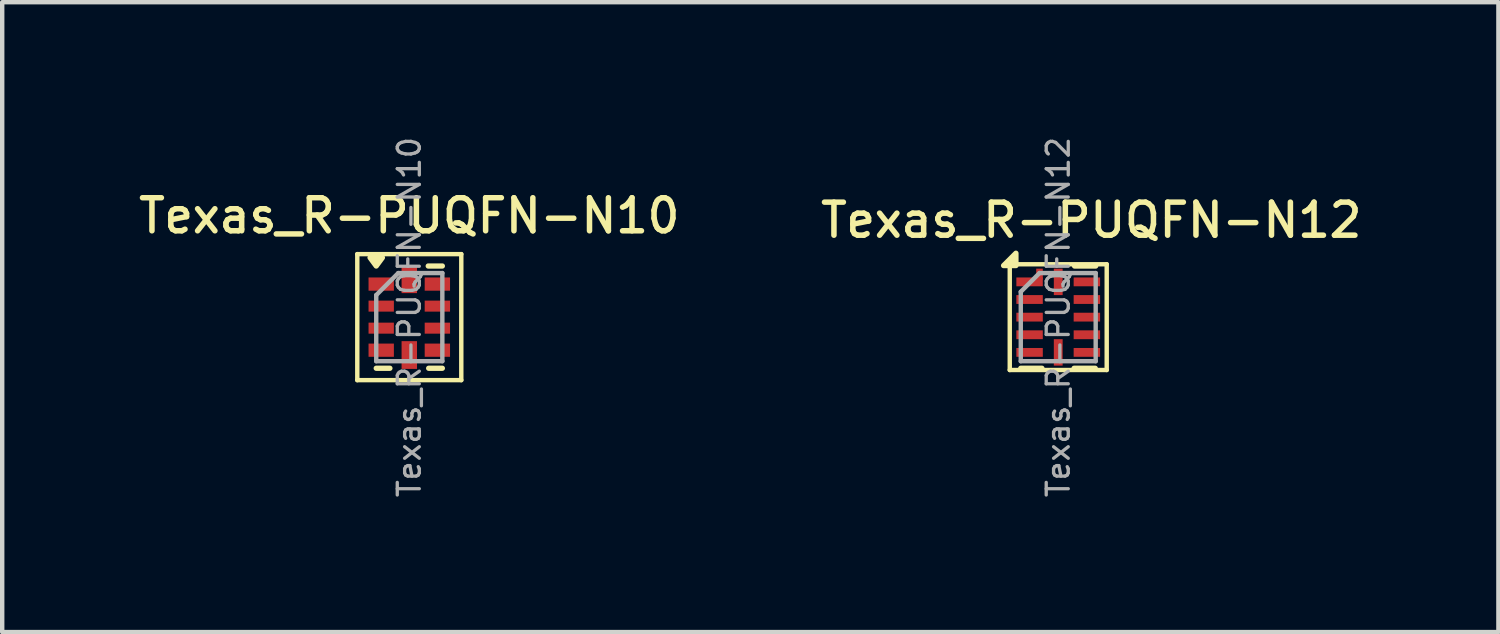
<source format=kicad_pcb>
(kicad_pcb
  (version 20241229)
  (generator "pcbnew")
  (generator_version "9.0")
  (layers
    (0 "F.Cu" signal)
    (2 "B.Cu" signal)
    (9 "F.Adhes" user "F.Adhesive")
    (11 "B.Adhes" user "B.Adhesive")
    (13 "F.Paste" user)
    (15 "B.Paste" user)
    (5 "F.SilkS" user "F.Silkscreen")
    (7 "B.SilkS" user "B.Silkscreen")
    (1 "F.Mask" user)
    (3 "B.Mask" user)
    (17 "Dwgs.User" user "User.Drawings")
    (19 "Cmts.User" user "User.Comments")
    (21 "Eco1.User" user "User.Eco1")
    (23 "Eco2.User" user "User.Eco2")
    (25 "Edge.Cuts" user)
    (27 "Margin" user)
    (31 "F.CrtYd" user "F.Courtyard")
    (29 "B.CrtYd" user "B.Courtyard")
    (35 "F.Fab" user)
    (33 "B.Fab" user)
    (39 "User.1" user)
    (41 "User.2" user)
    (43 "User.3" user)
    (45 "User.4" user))
  (footprint "Texas_R-PUQFN-N10"
    (layer "F.Cu")
    (at 6.237 4.146)
    (property "Reference" "Texas_R-PUQFN-N10" (at 0 -2.3 0) (layer "F.SilkS") (effects (font (size 0.75 0.75) (thickness 0.125))))
    (attr smd)
    (fp_line (start -1.18 -1.43) (end 1.18 -1.43) (stroke (width 0.1) (type solid)) (layer "F.SilkS"))
    (fp_line (start -1.18 1.43) (end -1.18 -1.43) (stroke (width 0.1) (type solid)) (layer "F.SilkS"))
    (fp_line (start -0.44 1.16) (end -0.75 1.16) (stroke (width 0.12) (type solid)) (layer "F.SilkS"))
    (fp_line (start 0.75 -1.16) (end 0.43 -1.16) (stroke (width 0.12) (type solid)) (layer "F.SilkS"))
    (fp_line (start 0.75 1.16) (end 0.44 1.16) (stroke (width 0.12) (type solid)) (layer "F.SilkS"))
    (fp_line (start 1.18 -1.43) (end 1.18 1.43) (stroke (width 0.1) (type solid)) (layer "F.SilkS"))
    (fp_line (start 1.18 1.43) (end -1.18 1.43) (stroke (width 0.1) (type solid)) (layer "F.SilkS"))
    (fp_poly (pts (xy -0.75 -1.16) (xy -0.89 -1.35) (xy -0.61 -1.35) (xy -0.75 -1.16)) (stroke (width 0.12) (type solid)) (fill yes) (layer "F.SilkS"))
    (fp_line (start -0.75 1) (end -0.75 -0.5) (stroke (width 0.1) (type solid)) (layer "F.Fab"))
    (fp_line (start -0.25 -1) (end -0.75 -0.5) (stroke (width 0.1) (type solid)) (layer "F.Fab"))
    (fp_line (start -0.25 -1) (end 0.75 -1) (stroke (width 0.1) (type solid)) (layer "F.Fab"))
    (fp_line (start 0.75 -1) (end 0.75 1) (stroke (width 0.1) (type solid)) (layer "F.Fab"))
    (fp_line (start 0.75 1) (end -0.75 1) (stroke (width 0.1) (type solid)) (layer "F.Fab"))
    (fp_text user "${REFERENCE}" (at 0 0 270) (layer "F.Fab") (effects (font (size 0.5 0.5) (thickness 0.075))))
    (pad "1" smd rect (at -0.637 -0.75) (size 0.575 0.3) (layers "F.Cu" "F.Mask" "F.Paste"))
    (pad "2" smd rect (at -0.637 -0.25) (size 0.575 0.25) (layers "F.Cu" "F.Mask" "F.Paste"))
    (pad "3" smd rect (at -0.637 0.25) (size 0.575 0.25) (layers "F.Cu" "F.Mask" "F.Paste"))
    (pad "4" smd rect (at -0.637 0.75) (size 0.575 0.3) (layers "F.Cu" "F.Mask" "F.Paste"))
    (pad "5" smd rect (at 0 0.86) (size 0.35 0.63) (layers "F.Cu" "F.Mask" "F.Paste"))
    (pad "6" smd rect (at 0.637 0.75) (size 0.575 0.3) (layers "F.Cu" "F.Mask" "F.Paste"))
    (pad "7" smd rect (at 0.637 0.25) (size 0.575 0.25) (layers "F.Cu" "F.Mask" "F.Paste"))
    (pad "8" smd rect (at 0.637 -0.25) (size 0.575 0.25) (layers "F.Cu" "F.Mask" "F.Paste"))
    (pad "9" smd rect (at 0.637 -0.75) (size 0.575 0.3) (layers "F.Cu" "F.Mask" "F.Paste"))
    (pad "10" smd rect (at 0 -0.86) (size 0.35 0.63) (layers "F.Cu" "F.Mask" "F.Paste")))
  (footprint "Texas_R-PUQFN-N12"
    (layer "F.Cu")
    (at 20.962 4.146)
    (property "Reference" "Texas_R-PUQFN-N12" (at 0.75 -2.2 0) (layer "F.SilkS") (effects (font (size 0.75 0.75) (thickness 0.125))))
    (attr smd)
    (fp_line (start -1.1 -1.2) (end 1.1 -1.2) (stroke (width 0.1) (type solid)) (layer "F.SilkS"))
    (fp_line (start -1.1 1.2) (end -1.1 -1.2) (stroke (width 0.1) (type solid)) (layer "F.SilkS"))
    (fp_line (start -0.37 1.16) (end -0.85 1.16) (stroke (width 0.12) (type solid)) (layer "F.SilkS"))
    (fp_line (start 0.84 1.16) (end 0.36 1.16) (stroke (width 0.12) (type solid)) (layer "F.SilkS"))
    (fp_line (start 0.85 -1.16) (end 0.37 -1.16) (stroke (width 0.12) (type solid)) (layer "F.SilkS"))
    (fp_line (start 1.1 -1.2) (end 1.1 1.2) (stroke (width 0.1) (type solid)) (layer "F.SilkS"))
    (fp_line (start 1.1 1.2) (end -1.1 1.2) (stroke (width 0.1) (type solid)) (layer "F.SilkS"))
    (fp_poly (pts (xy -0.96 -1.17) (xy -1.24 -1.17) (xy -0.96 -1.45) (xy -0.96 -1.17)) (stroke (width 0.12) (type solid)) (fill yes) (layer "F.SilkS"))
    (fp_line (start -0.85 1) (end -0.85 -0.575) (stroke (width 0.1) (type solid)) (layer "F.Fab"))
    (fp_line (start -0.425 -1) (end -0.85 -0.575) (stroke (width 0.1) (type solid)) (layer "F.Fab"))
    (fp_line (start -0.425 -1) (end 0.85 -1) (stroke (width 0.1) (type solid)) (layer "F.Fab"))
    (fp_line (start 0.85 -1) (end 0.85 1) (stroke (width 0.1) (type solid)) (layer "F.Fab"))
    (fp_line (start 0.85 1) (end -0.85 1) (stroke (width 0.1) (type solid)) (layer "F.Fab"))
    (fp_text user "${REFERENCE}" (at 0 0 90) (layer "F.Fab") (effects (font (size 0.5 0.5) (thickness 0.075))))
    (pad "1" smd rect (at -0.65 -0.8 270) (size 0.2 0.6) (layers "F.Cu" "F.Mask" "F.Paste"))
    (pad "1" smd rect (at -0.425 -0.975) (size 0.15 0.25) (layers "F.Cu" "F.Mask" "F.Paste"))
    (pad "2" smd rect (at -0.65 -0.4 270) (size 0.2 0.6) (layers "F.Cu" "F.Mask" "F.Paste"))
    (pad "3" smd rect (at -0.65 0 270) (size 0.2 0.6) (layers "F.Cu" "F.Mask" "F.Paste"))
    (pad "4" smd rect (at -0.65 0.4 270) (size 0.2 0.6) (layers "F.Cu" "F.Mask" "F.Paste"))
    (pad "5" smd rect (at -0.65 0.8 270) (size 0.2 0.6) (layers "F.Cu" "F.Mask" "F.Paste"))
    (pad "6" smd rect (at 0 0.8 270) (size 0.6 0.2) (layers "F.Cu" "F.Mask" "F.Paste"))
    (pad "7" smd rect (at 0.65 0.8 270) (size 0.2 0.6) (layers "F.Cu" "F.Mask" "F.Paste"))
    (pad "8" smd rect (at 0.65 0.4 270) (size 0.2 0.6) (layers "F.Cu" "F.Mask" "F.Paste"))
    (pad "9" smd rect (at 0.65 0 270) (size 0.2 0.6) (layers "F.Cu" "F.Mask" "F.Paste"))
    (pad "10" smd rect (at 0.65 -0.4 270) (size 0.2 0.6) (layers "F.Cu" "F.Mask" "F.Paste"))
    (pad "11" smd rect (at 0.65 -0.8 270) (size 0.2 0.6) (layers "F.Cu" "F.Mask" "F.Paste"))
    (pad "12" smd rect (at 0 -0.8 270) (size 0.6 0.2) (layers "F.Cu" "F.Mask" "F.Paste")))
  (gr_rect
    (start -3 -3)
    (end 30.95 11.292)
    (stroke (width 0.1) (type default))
    (fill no)
    (layer "Edge.Cuts")))
</source>
